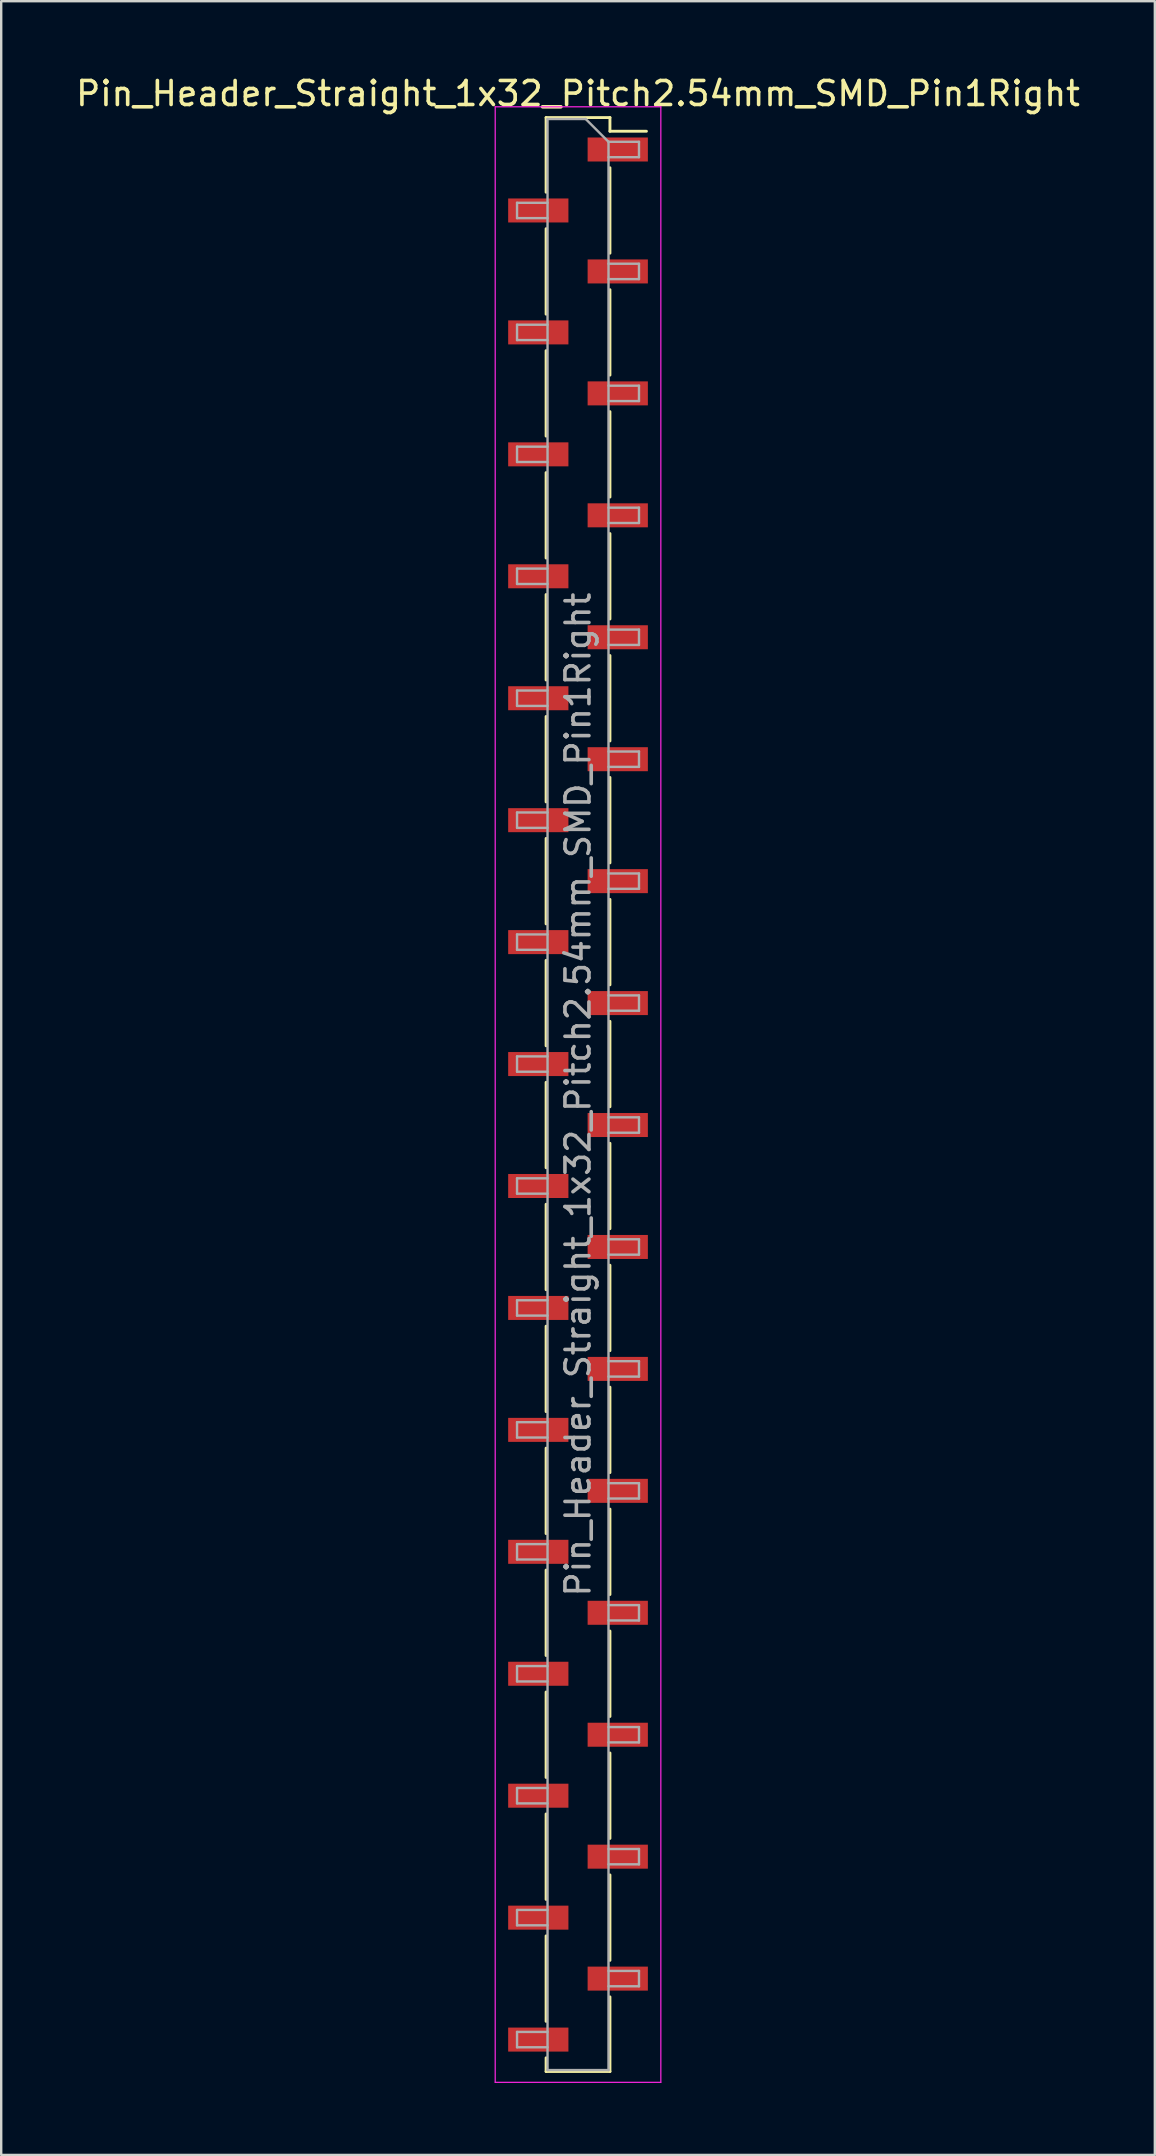
<source format=kicad_pcb>
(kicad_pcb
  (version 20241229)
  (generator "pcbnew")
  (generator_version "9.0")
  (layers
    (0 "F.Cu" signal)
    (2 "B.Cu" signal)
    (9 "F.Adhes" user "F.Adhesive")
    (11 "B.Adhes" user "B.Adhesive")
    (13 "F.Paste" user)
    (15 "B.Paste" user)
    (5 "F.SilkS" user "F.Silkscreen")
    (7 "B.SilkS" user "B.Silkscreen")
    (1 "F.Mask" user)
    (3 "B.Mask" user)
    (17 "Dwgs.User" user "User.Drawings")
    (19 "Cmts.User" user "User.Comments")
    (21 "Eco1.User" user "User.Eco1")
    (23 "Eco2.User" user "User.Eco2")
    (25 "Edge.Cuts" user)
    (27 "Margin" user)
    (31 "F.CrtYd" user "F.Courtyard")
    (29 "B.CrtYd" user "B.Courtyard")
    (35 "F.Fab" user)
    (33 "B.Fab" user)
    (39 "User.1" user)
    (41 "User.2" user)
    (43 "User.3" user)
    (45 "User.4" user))
  (footprint "Pin_Header_Straight_1x32_Pitch2.54mm_SMD_Pin1Right"
    (layer "F.Cu")
    (at 21.03 42.548)
    (property "Reference" "Pin_Header_Straight_1x32_Pitch2.54mm_SMD_Pin1Right" (at 0 -41.7 0) (layer "F.SilkS") (effects (font (size 1 1) (thickness 0.15))))
    (attr smd)
    (fp_line (start -1.33 -40.7) (end -1.33 -37.59) (stroke (width 0.12) (type solid)) (layer "F.SilkS"))
    (fp_line (start -1.33 -40.7) (end 1.33 -40.7) (stroke (width 0.12) (type solid)) (layer "F.SilkS"))
    (fp_line (start -1.33 -36.07) (end -1.33 -32.51) (stroke (width 0.12) (type solid)) (layer "F.SilkS"))
    (fp_line (start -1.33 -30.99) (end -1.33 -27.43) (stroke (width 0.12) (type solid)) (layer "F.SilkS"))
    (fp_line (start -1.33 -25.91) (end -1.33 -22.35) (stroke (width 0.12) (type solid)) (layer "F.SilkS"))
    (fp_line (start -1.33 -20.83) (end -1.33 -17.27) (stroke (width 0.12) (type solid)) (layer "F.SilkS"))
    (fp_line (start -1.33 -15.75) (end -1.33 -12.19) (stroke (width 0.12) (type solid)) (layer "F.SilkS"))
    (fp_line (start -1.33 -10.67) (end -1.33 -7.11) (stroke (width 0.12) (type solid)) (layer "F.SilkS"))
    (fp_line (start -1.33 -5.59) (end -1.33 -2.03) (stroke (width 0.12) (type solid)) (layer "F.SilkS"))
    (fp_line (start -1.33 -0.51) (end -1.33 3.05) (stroke (width 0.12) (type solid)) (layer "F.SilkS"))
    (fp_line (start -1.33 4.57) (end -1.33 8.13) (stroke (width 0.12) (type solid)) (layer "F.SilkS"))
    (fp_line (start -1.33 9.65) (end -1.33 13.21) (stroke (width 0.12) (type solid)) (layer "F.SilkS"))
    (fp_line (start -1.33 14.73) (end -1.33 18.29) (stroke (width 0.12) (type solid)) (layer "F.SilkS"))
    (fp_line (start -1.33 19.81) (end -1.33 23.37) (stroke (width 0.12) (type solid)) (layer "F.SilkS"))
    (fp_line (start -1.33 24.89) (end -1.33 28.45) (stroke (width 0.12) (type solid)) (layer "F.SilkS"))
    (fp_line (start -1.33 29.97) (end -1.33 33.53) (stroke (width 0.12) (type solid)) (layer "F.SilkS"))
    (fp_line (start -1.33 35.05) (end -1.33 38.61) (stroke (width 0.12) (type solid)) (layer "F.SilkS"))
    (fp_line (start -1.33 40.13) (end -1.33 40.7) (stroke (width 0.12) (type solid)) (layer "F.SilkS"))
    (fp_line (start -1.33 40.7) (end 1.33 40.7) (stroke (width 0.12) (type solid)) (layer "F.SilkS"))
    (fp_line (start 1.33 -40.7) (end 1.33 -40.13) (stroke (width 0.12) (type solid)) (layer "F.SilkS"))
    (fp_line (start 1.33 -40.13) (end 2.85 -40.13) (stroke (width 0.12) (type solid)) (layer "F.SilkS"))
    (fp_line (start 1.33 -38.61) (end 1.33 -35.05) (stroke (width 0.12) (type solid)) (layer "F.SilkS"))
    (fp_line (start 1.33 -33.53) (end 1.33 -29.97) (stroke (width 0.12) (type solid)) (layer "F.SilkS"))
    (fp_line (start 1.33 -28.45) (end 1.33 -24.89) (stroke (width 0.12) (type solid)) (layer "F.SilkS"))
    (fp_line (start 1.33 -23.37) (end 1.33 -19.81) (stroke (width 0.12) (type solid)) (layer "F.SilkS"))
    (fp_line (start 1.33 -18.29) (end 1.33 -14.73) (stroke (width 0.12) (type solid)) (layer "F.SilkS"))
    (fp_line (start 1.33 -13.21) (end 1.33 -9.65) (stroke (width 0.12) (type solid)) (layer "F.SilkS"))
    (fp_line (start 1.33 -8.13) (end 1.33 -4.57) (stroke (width 0.12) (type solid)) (layer "F.SilkS"))
    (fp_line (start 1.33 -3.05) (end 1.33 0.51) (stroke (width 0.12) (type solid)) (layer "F.SilkS"))
    (fp_line (start 1.33 2.03) (end 1.33 5.59) (stroke (width 0.12) (type solid)) (layer "F.SilkS"))
    (fp_line (start 1.33 7.11) (end 1.33 10.67) (stroke (width 0.12) (type solid)) (layer "F.SilkS"))
    (fp_line (start 1.33 12.19) (end 1.33 15.75) (stroke (width 0.12) (type solid)) (layer "F.SilkS"))
    (fp_line (start 1.33 17.27) (end 1.33 20.83) (stroke (width 0.12) (type solid)) (layer "F.SilkS"))
    (fp_line (start 1.33 22.35) (end 1.33 25.91) (stroke (width 0.12) (type solid)) (layer "F.SilkS"))
    (fp_line (start 1.33 27.43) (end 1.33 30.99) (stroke (width 0.12) (type solid)) (layer "F.SilkS"))
    (fp_line (start 1.33 32.51) (end 1.33 36.07) (stroke (width 0.12) (type solid)) (layer "F.SilkS"))
    (fp_line (start 1.33 37.59) (end 1.33 40.7) (stroke (width 0.12) (type solid)) (layer "F.SilkS"))
    (fp_line (start -3.45 -41.15) (end -3.45 41.15) (stroke (width 0.05) (type solid)) (layer "F.CrtYd"))
    (fp_line (start -3.45 41.15) (end 3.45 41.15) (stroke (width 0.05) (type solid)) (layer "F.CrtYd"))
    (fp_line (start 3.45 -41.15) (end -3.45 -41.15) (stroke (width 0.05) (type solid)) (layer "F.CrtYd"))
    (fp_line (start 3.45 41.15) (end 3.45 -41.15) (stroke (width 0.05) (type solid)) (layer "F.CrtYd"))
    (fp_line (start -2.54 -37.15) (end -2.54 -36.51) (stroke (width 0.1) (type solid)) (layer "F.Fab"))
    (fp_line (start -2.54 -36.51) (end -1.27 -36.51) (stroke (width 0.1) (type solid)) (layer "F.Fab"))
    (fp_line (start -2.54 -32.07) (end -2.54 -31.43) (stroke (width 0.1) (type solid)) (layer "F.Fab"))
    (fp_line (start -2.54 -31.43) (end -1.27 -31.43) (stroke (width 0.1) (type solid)) (layer "F.Fab"))
    (fp_line (start -2.54 -26.99) (end -2.54 -26.35) (stroke (width 0.1) (type solid)) (layer "F.Fab"))
    (fp_line (start -2.54 -26.35) (end -1.27 -26.35) (stroke (width 0.1) (type solid)) (layer "F.Fab"))
    (fp_line (start -2.54 -21.91) (end -2.54 -21.27) (stroke (width 0.1) (type solid)) (layer "F.Fab"))
    (fp_line (start -2.54 -21.27) (end -1.27 -21.27) (stroke (width 0.1) (type solid)) (layer "F.Fab"))
    (fp_line (start -2.54 -16.83) (end -2.54 -16.19) (stroke (width 0.1) (type solid)) (layer "F.Fab"))
    (fp_line (start -2.54 -16.19) (end -1.27 -16.19) (stroke (width 0.1) (type solid)) (layer "F.Fab"))
    (fp_line (start -2.54 -11.75) (end -2.54 -11.11) (stroke (width 0.1) (type solid)) (layer "F.Fab"))
    (fp_line (start -2.54 -11.11) (end -1.27 -11.11) (stroke (width 0.1) (type solid)) (layer "F.Fab"))
    (fp_line (start -2.54 -6.67) (end -2.54 -6.03) (stroke (width 0.1) (type solid)) (layer "F.Fab"))
    (fp_line (start -2.54 -6.03) (end -1.27 -6.03) (stroke (width 0.1) (type solid)) (layer "F.Fab"))
    (fp_line (start -2.54 -1.59) (end -2.54 -0.95) (stroke (width 0.1) (type solid)) (layer "F.Fab"))
    (fp_line (start -2.54 -0.95) (end -1.27 -0.95) (stroke (width 0.1) (type solid)) (layer "F.Fab"))
    (fp_line (start -2.54 3.49) (end -2.54 4.13) (stroke (width 0.1) (type solid)) (layer "F.Fab"))
    (fp_line (start -2.54 4.13) (end -1.27 4.13) (stroke (width 0.1) (type solid)) (layer "F.Fab"))
    (fp_line (start -2.54 8.57) (end -2.54 9.21) (stroke (width 0.1) (type solid)) (layer "F.Fab"))
    (fp_line (start -2.54 9.21) (end -1.27 9.21) (stroke (width 0.1) (type solid)) (layer "F.Fab"))
    (fp_line (start -2.54 13.65) (end -2.54 14.29) (stroke (width 0.1) (type solid)) (layer "F.Fab"))
    (fp_line (start -2.54 14.29) (end -1.27 14.29) (stroke (width 0.1) (type solid)) (layer "F.Fab"))
    (fp_line (start -2.54 18.73) (end -2.54 19.37) (stroke (width 0.1) (type solid)) (layer "F.Fab"))
    (fp_line (start -2.54 19.37) (end -1.27 19.37) (stroke (width 0.1) (type solid)) (layer "F.Fab"))
    (fp_line (start -2.54 23.81) (end -2.54 24.45) (stroke (width 0.1) (type solid)) (layer "F.Fab"))
    (fp_line (start -2.54 24.45) (end -1.27 24.45) (stroke (width 0.1) (type solid)) (layer "F.Fab"))
    (fp_line (start -2.54 28.89) (end -2.54 29.53) (stroke (width 0.1) (type solid)) (layer "F.Fab"))
    (fp_line (start -2.54 29.53) (end -1.27 29.53) (stroke (width 0.1) (type solid)) (layer "F.Fab"))
    (fp_line (start -2.54 33.97) (end -2.54 34.61) (stroke (width 0.1) (type solid)) (layer "F.Fab"))
    (fp_line (start -2.54 34.61) (end -1.27 34.61) (stroke (width 0.1) (type solid)) (layer "F.Fab"))
    (fp_line (start -2.54 39.05) (end -2.54 39.69) (stroke (width 0.1) (type solid)) (layer "F.Fab"))
    (fp_line (start -2.54 39.69) (end -1.27 39.69) (stroke (width 0.1) (type solid)) (layer "F.Fab"))
    (fp_line (start -1.27 -40.64) (end -1.27 40.64) (stroke (width 0.1) (type solid)) (layer "F.Fab"))
    (fp_line (start -1.27 -40.64) (end 0.32 -40.64) (stroke (width 0.1) (type solid)) (layer "F.Fab"))
    (fp_line (start -1.27 -37.15) (end -2.54 -37.15) (stroke (width 0.1) (type solid)) (layer "F.Fab"))
    (fp_line (start -1.27 -32.07) (end -2.54 -32.07) (stroke (width 0.1) (type solid)) (layer "F.Fab"))
    (fp_line (start -1.27 -26.99) (end -2.54 -26.99) (stroke (width 0.1) (type solid)) (layer "F.Fab"))
    (fp_line (start -1.27 -21.91) (end -2.54 -21.91) (stroke (width 0.1) (type solid)) (layer "F.Fab"))
    (fp_line (start -1.27 -16.83) (end -2.54 -16.83) (stroke (width 0.1) (type solid)) (layer "F.Fab"))
    (fp_line (start -1.27 -11.75) (end -2.54 -11.75) (stroke (width 0.1) (type solid)) (layer "F.Fab"))
    (fp_line (start -1.27 -6.67) (end -2.54 -6.67) (stroke (width 0.1) (type solid)) (layer "F.Fab"))
    (fp_line (start -1.27 -1.59) (end -2.54 -1.59) (stroke (width 0.1) (type solid)) (layer "F.Fab"))
    (fp_line (start -1.27 3.49) (end -2.54 3.49) (stroke (width 0.1) (type solid)) (layer "F.Fab"))
    (fp_line (start -1.27 8.57) (end -2.54 8.57) (stroke (width 0.1) (type solid)) (layer "F.Fab"))
    (fp_line (start -1.27 13.65) (end -2.54 13.65) (stroke (width 0.1) (type solid)) (layer "F.Fab"))
    (fp_line (start -1.27 18.73) (end -2.54 18.73) (stroke (width 0.1) (type solid)) (layer "F.Fab"))
    (fp_line (start -1.27 23.81) (end -2.54 23.81) (stroke (width 0.1) (type solid)) (layer "F.Fab"))
    (fp_line (start -1.27 28.89) (end -2.54 28.89) (stroke (width 0.1) (type solid)) (layer "F.Fab"))
    (fp_line (start -1.27 33.97) (end -2.54 33.97) (stroke (width 0.1) (type solid)) (layer "F.Fab"))
    (fp_line (start -1.27 39.05) (end -2.54 39.05) (stroke (width 0.1) (type solid)) (layer "F.Fab"))
    (fp_line (start 1.27 -39.69) (end 0.32 -40.64) (stroke (width 0.1) (type solid)) (layer "F.Fab"))
    (fp_line (start 1.27 -39.69) (end 2.54 -39.69) (stroke (width 0.1) (type solid)) (layer "F.Fab"))
    (fp_line (start 1.27 -34.61) (end 2.54 -34.61) (stroke (width 0.1) (type solid)) (layer "F.Fab"))
    (fp_line (start 1.27 -29.53) (end 2.54 -29.53) (stroke (width 0.1) (type solid)) (layer "F.Fab"))
    (fp_line (start 1.27 -24.45) (end 2.54 -24.45) (stroke (width 0.1) (type solid)) (layer "F.Fab"))
    (fp_line (start 1.27 -19.37) (end 2.54 -19.37) (stroke (width 0.1) (type solid)) (layer "F.Fab"))
    (fp_line (start 1.27 -14.29) (end 2.54 -14.29) (stroke (width 0.1) (type solid)) (layer "F.Fab"))
    (fp_line (start 1.27 -9.21) (end 2.54 -9.21) (stroke (width 0.1) (type solid)) (layer "F.Fab"))
    (fp_line (start 1.27 -4.13) (end 2.54 -4.13) (stroke (width 0.1) (type solid)) (layer "F.Fab"))
    (fp_line (start 1.27 0.95) (end 2.54 0.95) (stroke (width 0.1) (type solid)) (layer "F.Fab"))
    (fp_line (start 1.27 6.03) (end 2.54 6.03) (stroke (width 0.1) (type solid)) (layer "F.Fab"))
    (fp_line (start 1.27 11.11) (end 2.54 11.11) (stroke (width 0.1) (type solid)) (layer "F.Fab"))
    (fp_line (start 1.27 16.19) (end 2.54 16.19) (stroke (width 0.1) (type solid)) (layer "F.Fab"))
    (fp_line (start 1.27 21.27) (end 2.54 21.27) (stroke (width 0.1) (type solid)) (layer "F.Fab"))
    (fp_line (start 1.27 26.35) (end 2.54 26.35) (stroke (width 0.1) (type solid)) (layer "F.Fab"))
    (fp_line (start 1.27 31.43) (end 2.54 31.43) (stroke (width 0.1) (type solid)) (layer "F.Fab"))
    (fp_line (start 1.27 36.51) (end 2.54 36.51) (stroke (width 0.1) (type solid)) (layer "F.Fab"))
    (fp_line (start 1.27 40.64) (end -1.27 40.64) (stroke (width 0.1) (type solid)) (layer "F.Fab"))
    (fp_line (start 1.27 40.64) (end 1.27 -39.69) (stroke (width 0.1) (type solid)) (layer "F.Fab"))
    (fp_line (start 2.54 -39.69) (end 2.54 -39.05) (stroke (width 0.1) (type solid)) (layer "F.Fab"))
    (fp_line (start 2.54 -39.05) (end 1.27 -39.05) (stroke (width 0.1) (type solid)) (layer "F.Fab"))
    (fp_line (start 2.54 -34.61) (end 2.54 -33.97) (stroke (width 0.1) (type solid)) (layer "F.Fab"))
    (fp_line (start 2.54 -33.97) (end 1.27 -33.97) (stroke (width 0.1) (type solid)) (layer "F.Fab"))
    (fp_line (start 2.54 -29.53) (end 2.54 -28.89) (stroke (width 0.1) (type solid)) (layer "F.Fab"))
    (fp_line (start 2.54 -28.89) (end 1.27 -28.89) (stroke (width 0.1) (type solid)) (layer "F.Fab"))
    (fp_line (start 2.54 -24.45) (end 2.54 -23.81) (stroke (width 0.1) (type solid)) (layer "F.Fab"))
    (fp_line (start 2.54 -23.81) (end 1.27 -23.81) (stroke (width 0.1) (type solid)) (layer "F.Fab"))
    (fp_line (start 2.54 -19.37) (end 2.54 -18.73) (stroke (width 0.1) (type solid)) (layer "F.Fab"))
    (fp_line (start 2.54 -18.73) (end 1.27 -18.73) (stroke (width 0.1) (type solid)) (layer "F.Fab"))
    (fp_line (start 2.54 -14.29) (end 2.54 -13.65) (stroke (width 0.1) (type solid)) (layer "F.Fab"))
    (fp_line (start 2.54 -13.65) (end 1.27 -13.65) (stroke (width 0.1) (type solid)) (layer "F.Fab"))
    (fp_line (start 2.54 -9.21) (end 2.54 -8.57) (stroke (width 0.1) (type solid)) (layer "F.Fab"))
    (fp_line (start 2.54 -8.57) (end 1.27 -8.57) (stroke (width 0.1) (type solid)) (layer "F.Fab"))
    (fp_line (start 2.54 -4.13) (end 2.54 -3.49) (stroke (width 0.1) (type solid)) (layer "F.Fab"))
    (fp_line (start 2.54 -3.49) (end 1.27 -3.49) (stroke (width 0.1) (type solid)) (layer "F.Fab"))
    (fp_line (start 2.54 0.95) (end 2.54 1.59) (stroke (width 0.1) (type solid)) (layer "F.Fab"))
    (fp_line (start 2.54 1.59) (end 1.27 1.59) (stroke (width 0.1) (type solid)) (layer "F.Fab"))
    (fp_line (start 2.54 6.03) (end 2.54 6.67) (stroke (width 0.1) (type solid)) (layer "F.Fab"))
    (fp_line (start 2.54 6.67) (end 1.27 6.67) (stroke (width 0.1) (type solid)) (layer "F.Fab"))
    (fp_line (start 2.54 11.11) (end 2.54 11.75) (stroke (width 0.1) (type solid)) (layer "F.Fab"))
    (fp_line (start 2.54 11.75) (end 1.27 11.75) (stroke (width 0.1) (type solid)) (layer "F.Fab"))
    (fp_line (start 2.54 16.19) (end 2.54 16.83) (stroke (width 0.1) (type solid)) (layer "F.Fab"))
    (fp_line (start 2.54 16.83) (end 1.27 16.83) (stroke (width 0.1) (type solid)) (layer "F.Fab"))
    (fp_line (start 2.54 21.27) (end 2.54 21.91) (stroke (width 0.1) (type solid)) (layer "F.Fab"))
    (fp_line (start 2.54 21.91) (end 1.27 21.91) (stroke (width 0.1) (type solid)) (layer "F.Fab"))
    (fp_line (start 2.54 26.35) (end 2.54 26.99) (stroke (width 0.1) (type solid)) (layer "F.Fab"))
    (fp_line (start 2.54 26.99) (end 1.27 26.99) (stroke (width 0.1) (type solid)) (layer "F.Fab"))
    (fp_line (start 2.54 31.43) (end 2.54 32.07) (stroke (width 0.1) (type solid)) (layer "F.Fab"))
    (fp_line (start 2.54 32.07) (end 1.27 32.07) (stroke (width 0.1) (type solid)) (layer "F.Fab"))
    (fp_line (start 2.54 36.51) (end 2.54 37.15) (stroke (width 0.1) (type solid)) (layer "F.Fab"))
    (fp_line (start 2.54 37.15) (end 1.27 37.15) (stroke (width 0.1) (type solid)) (layer "F.Fab"))
    (fp_text user "${REFERENCE}" (at 0 0 90) (layer "F.Fab") (effects (font (size 1 1) (thickness 0.15))))
    (pad "1" smd rect (at 1.655 -39.37) (size 2.51 1) (layers "F.Cu" "F.Mask" "F.Paste"))
    (pad "2" smd rect (at -1.655 -36.83) (size 2.51 1) (layers "F.Cu" "F.Mask" "F.Paste"))
    (pad "3" smd rect (at 1.655 -34.29) (size 2.51 1) (layers "F.Cu" "F.Mask" "F.Paste"))
    (pad "4" smd rect (at -1.655 -31.75) (size 2.51 1) (layers "F.Cu" "F.Mask" "F.Paste"))
    (pad "5" smd rect (at 1.655 -29.21) (size 2.51 1) (layers "F.Cu" "F.Mask" "F.Paste"))
    (pad "6" smd rect (at -1.655 -26.67) (size 2.51 1) (layers "F.Cu" "F.Mask" "F.Paste"))
    (pad "7" smd rect (at 1.655 -24.13) (size 2.51 1) (layers "F.Cu" "F.Mask" "F.Paste"))
    (pad "8" smd rect (at -1.655 -21.59) (size 2.51 1) (layers "F.Cu" "F.Mask" "F.Paste"))
    (pad "9" smd rect (at 1.655 -19.05) (size 2.51 1) (layers "F.Cu" "F.Mask" "F.Paste"))
    (pad "10" smd rect (at -1.655 -16.51) (size 2.51 1) (layers "F.Cu" "F.Mask" "F.Paste"))
    (pad "11" smd rect (at 1.655 -13.97) (size 2.51 1) (layers "F.Cu" "F.Mask" "F.Paste"))
    (pad "12" smd rect (at -1.655 -11.43) (size 2.51 1) (layers "F.Cu" "F.Mask" "F.Paste"))
    (pad "13" smd rect (at 1.655 -8.89) (size 2.51 1) (layers "F.Cu" "F.Mask" "F.Paste"))
    (pad "14" smd rect (at -1.655 -6.35) (size 2.51 1) (layers "F.Cu" "F.Mask" "F.Paste"))
    (pad "15" smd rect (at 1.655 -3.81) (size 2.51 1) (layers "F.Cu" "F.Mask" "F.Paste"))
    (pad "16" smd rect (at -1.655 -1.27) (size 2.51 1) (layers "F.Cu" "F.Mask" "F.Paste"))
    (pad "17" smd rect (at 1.655 1.27) (size 2.51 1) (layers "F.Cu" "F.Mask" "F.Paste"))
    (pad "18" smd rect (at -1.655 3.81) (size 2.51 1) (layers "F.Cu" "F.Mask" "F.Paste"))
    (pad "19" smd rect (at 1.655 6.35) (size 2.51 1) (layers "F.Cu" "F.Mask" "F.Paste"))
    (pad "20" smd rect (at -1.655 8.89) (size 2.51 1) (layers "F.Cu" "F.Mask" "F.Paste"))
    (pad "21" smd rect (at 1.655 11.43) (size 2.51 1) (layers "F.Cu" "F.Mask" "F.Paste"))
    (pad "22" smd rect (at -1.655 13.97) (size 2.51 1) (layers "F.Cu" "F.Mask" "F.Paste"))
    (pad "23" smd rect (at 1.655 16.51) (size 2.51 1) (layers "F.Cu" "F.Mask" "F.Paste"))
    (pad "24" smd rect (at -1.655 19.05) (size 2.51 1) (layers "F.Cu" "F.Mask" "F.Paste"))
    (pad "25" smd rect (at 1.655 21.59) (size 2.51 1) (layers "F.Cu" "F.Mask" "F.Paste"))
    (pad "26" smd rect (at -1.655 24.13) (size 2.51 1) (layers "F.Cu" "F.Mask" "F.Paste"))
    (pad "27" smd rect (at 1.655 26.67) (size 2.51 1) (layers "F.Cu" "F.Mask" "F.Paste"))
    (pad "28" smd rect (at -1.655 29.21) (size 2.51 1) (layers "F.Cu" "F.Mask" "F.Paste"))
    (pad "29" smd rect (at 1.655 31.75) (size 2.51 1) (layers "F.Cu" "F.Mask" "F.Paste"))
    (pad "30" smd rect (at -1.655 34.29) (size 2.51 1) (layers "F.Cu" "F.Mask" "F.Paste"))
    (pad "31" smd rect (at 1.655 36.83) (size 2.51 1) (layers "F.Cu" "F.Mask" "F.Paste"))
    (pad "32" smd rect (at -1.655 39.37) (size 2.51 1) (layers "F.Cu" "F.Mask" "F.Paste")))
  (gr_rect
    (start -3 -3)
    (end 45.06 86.723)
    (stroke (width 0.1) (type default))
    (fill no)
    (layer "Edge.Cuts")))
</source>
